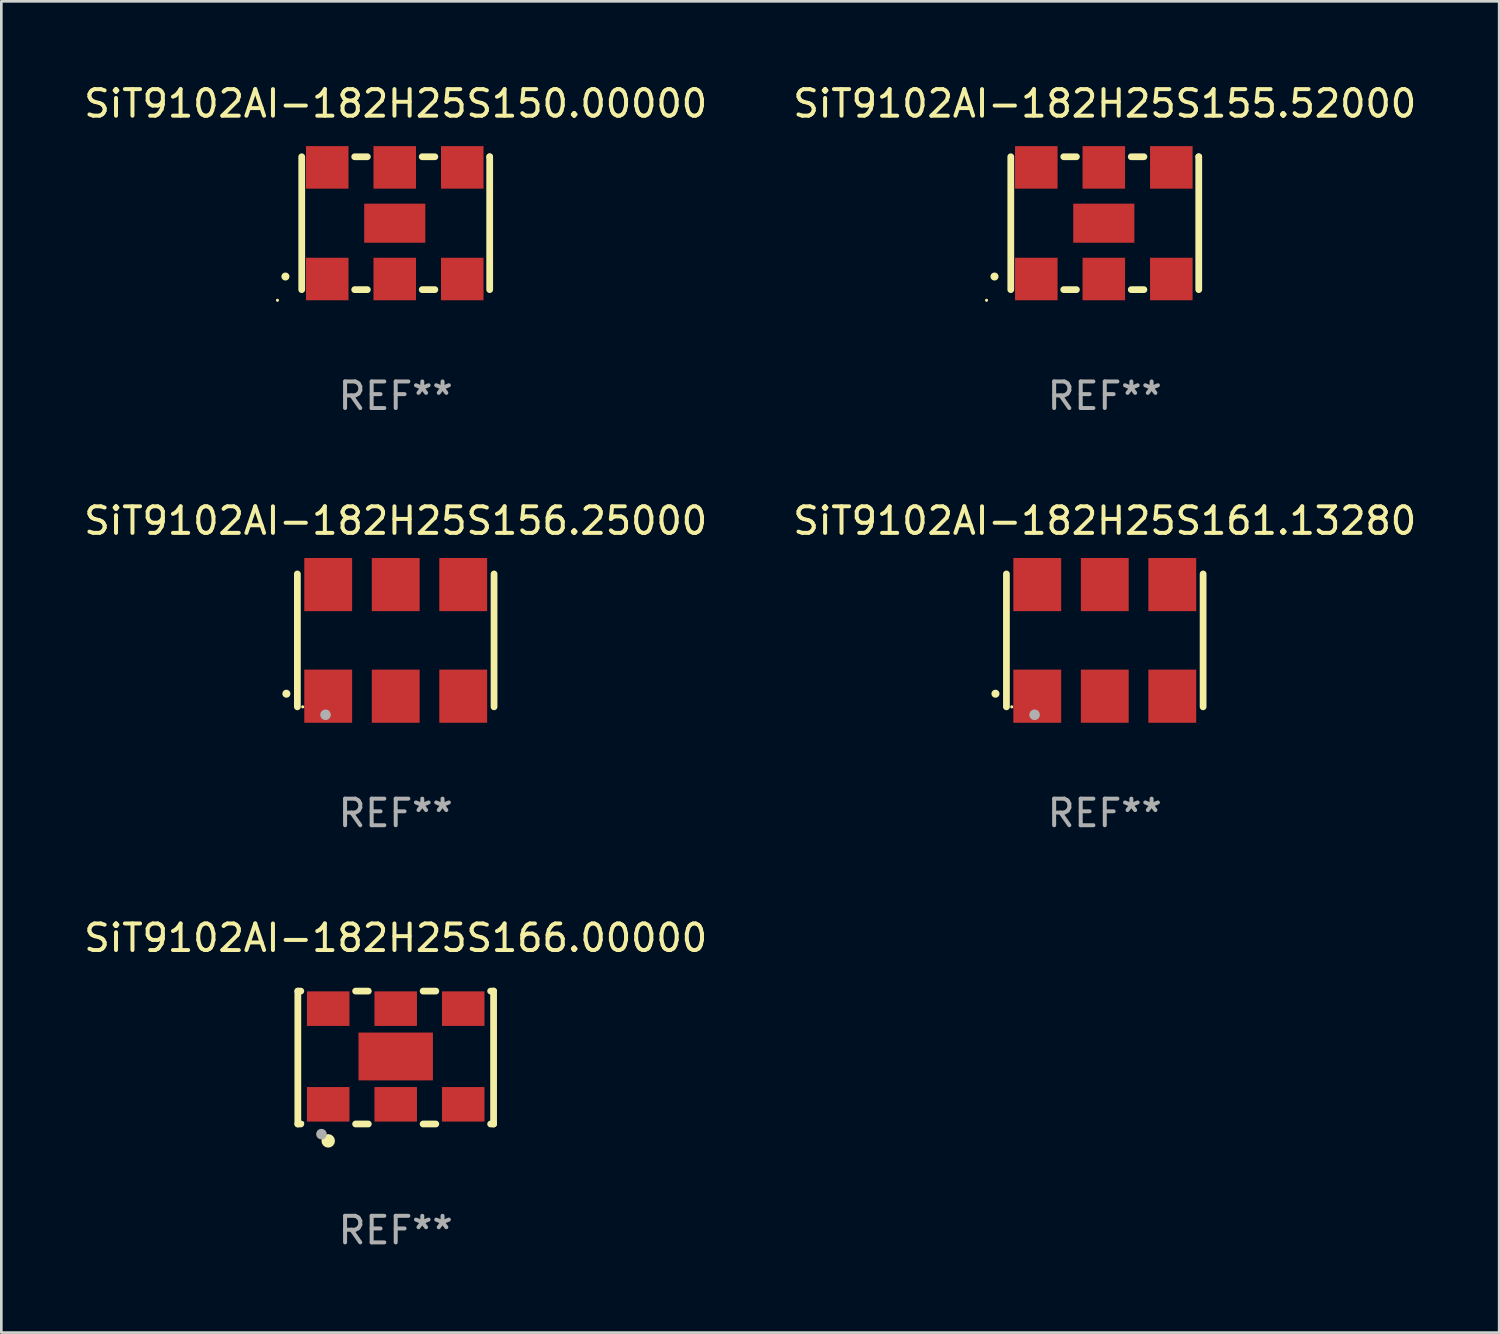
<source format=kicad_pcb>
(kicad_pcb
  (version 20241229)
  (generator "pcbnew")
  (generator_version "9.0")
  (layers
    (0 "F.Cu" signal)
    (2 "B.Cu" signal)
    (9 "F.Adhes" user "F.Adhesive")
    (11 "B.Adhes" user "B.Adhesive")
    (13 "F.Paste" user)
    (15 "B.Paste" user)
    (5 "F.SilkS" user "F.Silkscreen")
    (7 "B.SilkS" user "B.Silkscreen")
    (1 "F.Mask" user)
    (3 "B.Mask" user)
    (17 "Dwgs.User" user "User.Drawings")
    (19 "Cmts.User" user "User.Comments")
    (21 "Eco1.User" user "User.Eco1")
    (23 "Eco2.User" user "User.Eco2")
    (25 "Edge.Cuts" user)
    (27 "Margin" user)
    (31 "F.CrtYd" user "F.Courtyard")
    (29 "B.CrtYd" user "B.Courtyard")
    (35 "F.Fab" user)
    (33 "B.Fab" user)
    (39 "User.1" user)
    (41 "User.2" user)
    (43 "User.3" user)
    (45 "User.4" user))
  (footprint "SiT9102AI-182H25S156.25000"
    (layer "F.Cu")
    (at 11.839 21.045)
    (property "Reference" "SiT9102AI-182H25S156.25000" (at 0 -4.5 0) (layer "F.SilkS") (effects (font (size 1 1) (thickness 0.15))))
    (attr through_hole)
    (fp_line (start -3.7 -2.5) (end -3.7 2.5) (stroke (width 0.254) (type solid)) (layer "F.SilkS"))
    (fp_line (start 3.7 -2.5) (end 3.7 2.5) (stroke (width 0.254) (type solid)) (layer "F.SilkS"))
    (fp_arc (start -4.114415 2.006604) (mid -4.113145 2.006599) (end -4.111875 2.006604) (stroke (width 0.3) (type solid)) (layer "F.SilkS"))
    (fp_circle (center -3.5 2.501) (end -3.47 2.501) (stroke (width 0.06) (type solid)) (fill no) (layer "F.SilkS"))
    (fp_circle (center -2.641 2.799) (end -2.541 2.799) (stroke (width 0.2) (type solid)) (fill no) (layer "F.Fab"))
    (fp_text user "REF**" (at 0 6.5 0) (layer "F.Fab") (effects (font (size 1 1) (thickness 0.15))))
    (pad "1" smd rect (at -2.54 2.1) (size 1.8 2) (layers "F.Cu" "F.Mask" "F.Paste"))
    (pad "2" smd rect (at 0.000394 2.1) (size 1.8 2) (layers "F.Cu" "F.Mask" "F.Paste"))
    (pad "3" smd rect (at 2.54 2.1) (size 1.8 2) (layers "F.Cu" "F.Mask" "F.Paste"))
    (pad "4" smd rect (at 2.54 -2.1) (size 1.8 2) (layers "F.Cu" "F.Mask" "F.Paste"))
    (pad "5" smd rect (at 0.000394 -2.1) (size 1.8 2) (layers "F.Cu" "F.Mask" "F.Paste"))
    (pad "6" smd rect (at -2.54 -2.1) (size 1.8 2) (layers "F.Cu" "F.Mask" "F.Paste")))
  (footprint "SiT9102AI-182H25S150.00000"
    (layer "F.Cu")
    (at 11.839 5.348)
    (property "Reference" "SiT9102AI-182H25S150.00000" (at 0 -4.5 0) (layer "F.SilkS") (effects (font (size 1 1) (thickness 0.15))))
    (attr through_hole)
    (fp_line (start -3.536 -2.5) (end -3.536 2.5) (stroke (width 0.254) (type solid)) (layer "F.SilkS"))
    (fp_line (start -1.544 2.5) (end -1.067 2.5) (stroke (width 0.254) (type solid)) (layer "F.SilkS"))
    (fp_line (start -1.067 -2.5) (end -1.544 -2.5) (stroke (width 0.254) (type solid)) (layer "F.SilkS"))
    (fp_line (start 0.996 2.5) (end 1.473 2.5) (stroke (width 0.254) (type solid)) (layer "F.SilkS"))
    (fp_line (start 1.473 -2.5) (end 0.996 -2.5) (stroke (width 0.254) (type solid)) (layer "F.SilkS"))
    (fp_line (start 3.536 -2.5) (end 3.536 -2.5) (stroke (width 0.254) (type solid)) (layer "F.SilkS"))
    (fp_line (start 3.536 2.5) (end 3.536 -2.5) (stroke (width 0.254) (type solid)) (layer "F.SilkS"))
    (fp_arc (start -4.150432 2.006604) (mid -4.149162 2.006599) (end -4.147892 2.006604) (stroke (width 0.3) (type solid)) (layer "F.SilkS"))
    (fp_circle (center -4.449 2.9) (end -4.419 2.9) (stroke (width 0.06) (type solid)) (fill no) (layer "F.SilkS"))
    (fp_text user "REF**" (at 0 6.5 0) (layer "F.Fab") (effects (font (size 1 1) (thickness 0.15))))
    (pad "1" smd rect (at -2.576 2.1) (size 1.6 1.6) (layers "F.Cu" "F.Mask" "F.Paste"))
    (pad "2" smd rect (at -0.036 2.1) (size 1.6 1.6) (layers "F.Cu" "F.Mask" "F.Paste"))
    (pad "3" smd rect (at 2.504 2.1) (size 1.6 1.6) (layers "F.Cu" "F.Mask" "F.Paste"))
    (pad "4" smd rect (at 2.504 -2.1) (size 1.6 1.6) (layers "F.Cu" "F.Mask" "F.Paste"))
    (pad "5" smd rect (at -0.036 -2.1) (size 1.6 1.6) (layers "F.Cu" "F.Mask" "F.Paste"))
    (pad "6" smd rect (at -2.576 -2.1) (size 1.6 1.6) (layers "F.Cu" "F.Mask" "F.Paste"))
    (pad "7" smd rect (at -0.036 0) (size 2.3 1.47) (layers "F.Cu" "F.Mask" "F.Paste")))
  (footprint "SiT9102AI-182H25S166.00000"
    (layer "F.Cu")
    (at 11.839 36.741)
    (property "Reference" "SiT9102AI-182H25S166.00000" (at 0 -4.5 0) (layer "F.SilkS") (effects (font (size 1 1) (thickness 0.15))))
    (attr through_hole)
    (fp_line (start -3.683 -2.5) (end -3.571 -2.5) (stroke (width 0.254) (type solid)) (layer "F.SilkS"))
    (fp_line (start -3.683 2.5) (end -3.683 -2.5) (stroke (width 0.254) (type solid)) (layer "F.SilkS"))
    (fp_line (start -3.683 2.5) (end -3.571 2.5) (stroke (width 0.254) (type solid)) (layer "F.SilkS"))
    (fp_line (start -1.509 -2.5) (end -1.031 -2.5) (stroke (width 0.254) (type solid)) (layer "F.SilkS"))
    (fp_line (start -1.509 2.5) (end -1.031 2.5) (stroke (width 0.254) (type solid)) (layer "F.SilkS"))
    (fp_line (start 1.031 -2.5) (end 1.509 -2.5) (stroke (width 0.254) (type solid)) (layer "F.SilkS"))
    (fp_line (start 1.031 2.5) (end 1.509 2.5) (stroke (width 0.254) (type solid)) (layer "F.SilkS"))
    (fp_line (start 3.571 -2.5) (end 3.683 -2.5) (stroke (width 0.254) (type solid)) (layer "F.SilkS"))
    (fp_line (start 3.571 2.5) (end 3.683 2.5) (stroke (width 0.254) (type solid)) (layer "F.SilkS"))
    (fp_line (start 3.683 2.5) (end 3.683 -2.5) (stroke (width 0.254) (type solid)) (layer "F.SilkS"))
    (fp_circle (center -3.5 2.46) (end -3.47 2.46) (stroke (width 0.06) (type solid)) (fill no) (layer "F.SilkS"))
    (fp_circle (center -2.54 3.135) (end -2.413 3.135) (stroke (width 0.254) (type solid)) (fill no) (layer "F.SilkS"))
    (fp_circle (center -2.794 2.881) (end -2.694 2.881) (stroke (width 0.2) (type solid)) (fill no) (layer "F.Fab"))
    (fp_text user "REF**" (at 0 6.5 0) (layer "F.Fab") (effects (font (size 1 1) (thickness 0.15))))
    (pad "1" smd rect (at -2.54 1.76) (size 1.6 1.3) (layers "F.Cu" "F.Mask" "F.Paste"))
    (pad "2" smd rect (at 0 1.76) (size 1.6 1.3) (layers "F.Cu" "F.Mask" "F.Paste"))
    (pad "3" smd rect (at 2.54 1.76) (size 1.6 1.3) (layers "F.Cu" "F.Mask" "F.Paste"))
    (pad "4" smd rect (at 2.54 -1.84) (size 1.6 1.3) (layers "F.Cu" "F.Mask" "F.Paste"))
    (pad "5" smd rect (at 0 -1.84) (size 1.6 1.3) (layers "F.Cu" "F.Mask" "F.Paste"))
    (pad "6" smd rect (at -2.54 -1.84) (size 1.6 1.3) (layers "F.Cu" "F.Mask" "F.Paste"))
    (pad "7" smd rect (at 0 -0.04) (size 2.8 1.8) (layers "F.Cu" "F.Mask" "F.Paste")))
  (footprint "SiT9102AI-182H25S161.13280"
    (layer "F.Cu")
    (at 38.518 21.045)
    (property "Reference" "SiT9102AI-182H25S161.13280" (at 0 -4.5 0) (layer "F.SilkS") (effects (font (size 1 1) (thickness 0.15))))
    (attr through_hole)
    (fp_line (start -3.7 -2.5) (end -3.7 2.5) (stroke (width 0.254) (type solid)) (layer "F.SilkS"))
    (fp_line (start 3.7 -2.5) (end 3.7 2.5) (stroke (width 0.254) (type solid)) (layer "F.SilkS"))
    (fp_arc (start -4.114415 2.006604) (mid -4.113145 2.006599) (end -4.111875 2.006604) (stroke (width 0.3) (type solid)) (layer "F.SilkS"))
    (fp_circle (center -3.5 2.501) (end -3.47 2.501) (stroke (width 0.06) (type solid)) (fill no) (layer "F.SilkS"))
    (fp_circle (center -2.641 2.799) (end -2.541 2.799) (stroke (width 0.2) (type solid)) (fill no) (layer "F.Fab"))
    (fp_text user "REF**" (at 0 6.5 0) (layer "F.Fab") (effects (font (size 1 1) (thickness 0.15))))
    (pad "1" smd rect (at -2.54 2.1) (size 1.8 2) (layers "F.Cu" "F.Mask" "F.Paste"))
    (pad "2" smd rect (at 0.000394 2.1) (size 1.8 2) (layers "F.Cu" "F.Mask" "F.Paste"))
    (pad "3" smd rect (at 2.54 2.1) (size 1.8 2) (layers "F.Cu" "F.Mask" "F.Paste"))
    (pad "4" smd rect (at 2.54 -2.1) (size 1.8 2) (layers "F.Cu" "F.Mask" "F.Paste"))
    (pad "5" smd rect (at 0.000394 -2.1) (size 1.8 2) (layers "F.Cu" "F.Mask" "F.Paste"))
    (pad "6" smd rect (at -2.54 -2.1) (size 1.8 2) (layers "F.Cu" "F.Mask" "F.Paste")))
  (footprint "SiT9102AI-182H25S155.52000"
    (layer "F.Cu")
    (at 38.518 5.348)
    (property "Reference" "SiT9102AI-182H25S155.52000" (at 0 -4.5 0) (layer "F.SilkS") (effects (font (size 1 1) (thickness 0.15))))
    (attr through_hole)
    (fp_line (start -3.536 -2.5) (end -3.536 2.5) (stroke (width 0.254) (type solid)) (layer "F.SilkS"))
    (fp_line (start -1.544 2.5) (end -1.067 2.5) (stroke (width 0.254) (type solid)) (layer "F.SilkS"))
    (fp_line (start -1.067 -2.5) (end -1.544 -2.5) (stroke (width 0.254) (type solid)) (layer "F.SilkS"))
    (fp_line (start 0.996 2.5) (end 1.473 2.5) (stroke (width 0.254) (type solid)) (layer "F.SilkS"))
    (fp_line (start 1.473 -2.5) (end 0.996 -2.5) (stroke (width 0.254) (type solid)) (layer "F.SilkS"))
    (fp_line (start 3.536 -2.5) (end 3.536 -2.5) (stroke (width 0.254) (type solid)) (layer "F.SilkS"))
    (fp_line (start 3.536 2.5) (end 3.536 -2.5) (stroke (width 0.254) (type solid)) (layer "F.SilkS"))
    (fp_arc (start -4.150432 2.006604) (mid -4.149162 2.006599) (end -4.147892 2.006604) (stroke (width 0.3) (type solid)) (layer "F.SilkS"))
    (fp_circle (center -4.449 2.9) (end -4.419 2.9) (stroke (width 0.06) (type solid)) (fill no) (layer "F.SilkS"))
    (fp_text user "REF**" (at 0 6.5 0) (layer "F.Fab") (effects (font (size 1 1) (thickness 0.15))))
    (pad "1" smd rect (at -2.576 2.1) (size 1.6 1.6) (layers "F.Cu" "F.Mask" "F.Paste"))
    (pad "2" smd rect (at -0.036 2.1) (size 1.6 1.6) (layers "F.Cu" "F.Mask" "F.Paste"))
    (pad "3" smd rect (at 2.504 2.1) (size 1.6 1.6) (layers "F.Cu" "F.Mask" "F.Paste"))
    (pad "4" smd rect (at 2.504 -2.1) (size 1.6 1.6) (layers "F.Cu" "F.Mask" "F.Paste"))
    (pad "5" smd rect (at -0.036 -2.1) (size 1.6 1.6) (layers "F.Cu" "F.Mask" "F.Paste"))
    (pad "6" smd rect (at -2.576 -2.1) (size 1.6 1.6) (layers "F.Cu" "F.Mask" "F.Paste"))
    (pad "7" smd rect (at -0.036 0) (size 2.3 1.47) (layers "F.Cu" "F.Mask" "F.Paste")))
  (gr_rect
    (start -3 -3)
    (end 53.357 47.09)
    (stroke (width 0.1) (type default))
    (fill no)
    (layer "Edge.Cuts")))
</source>
